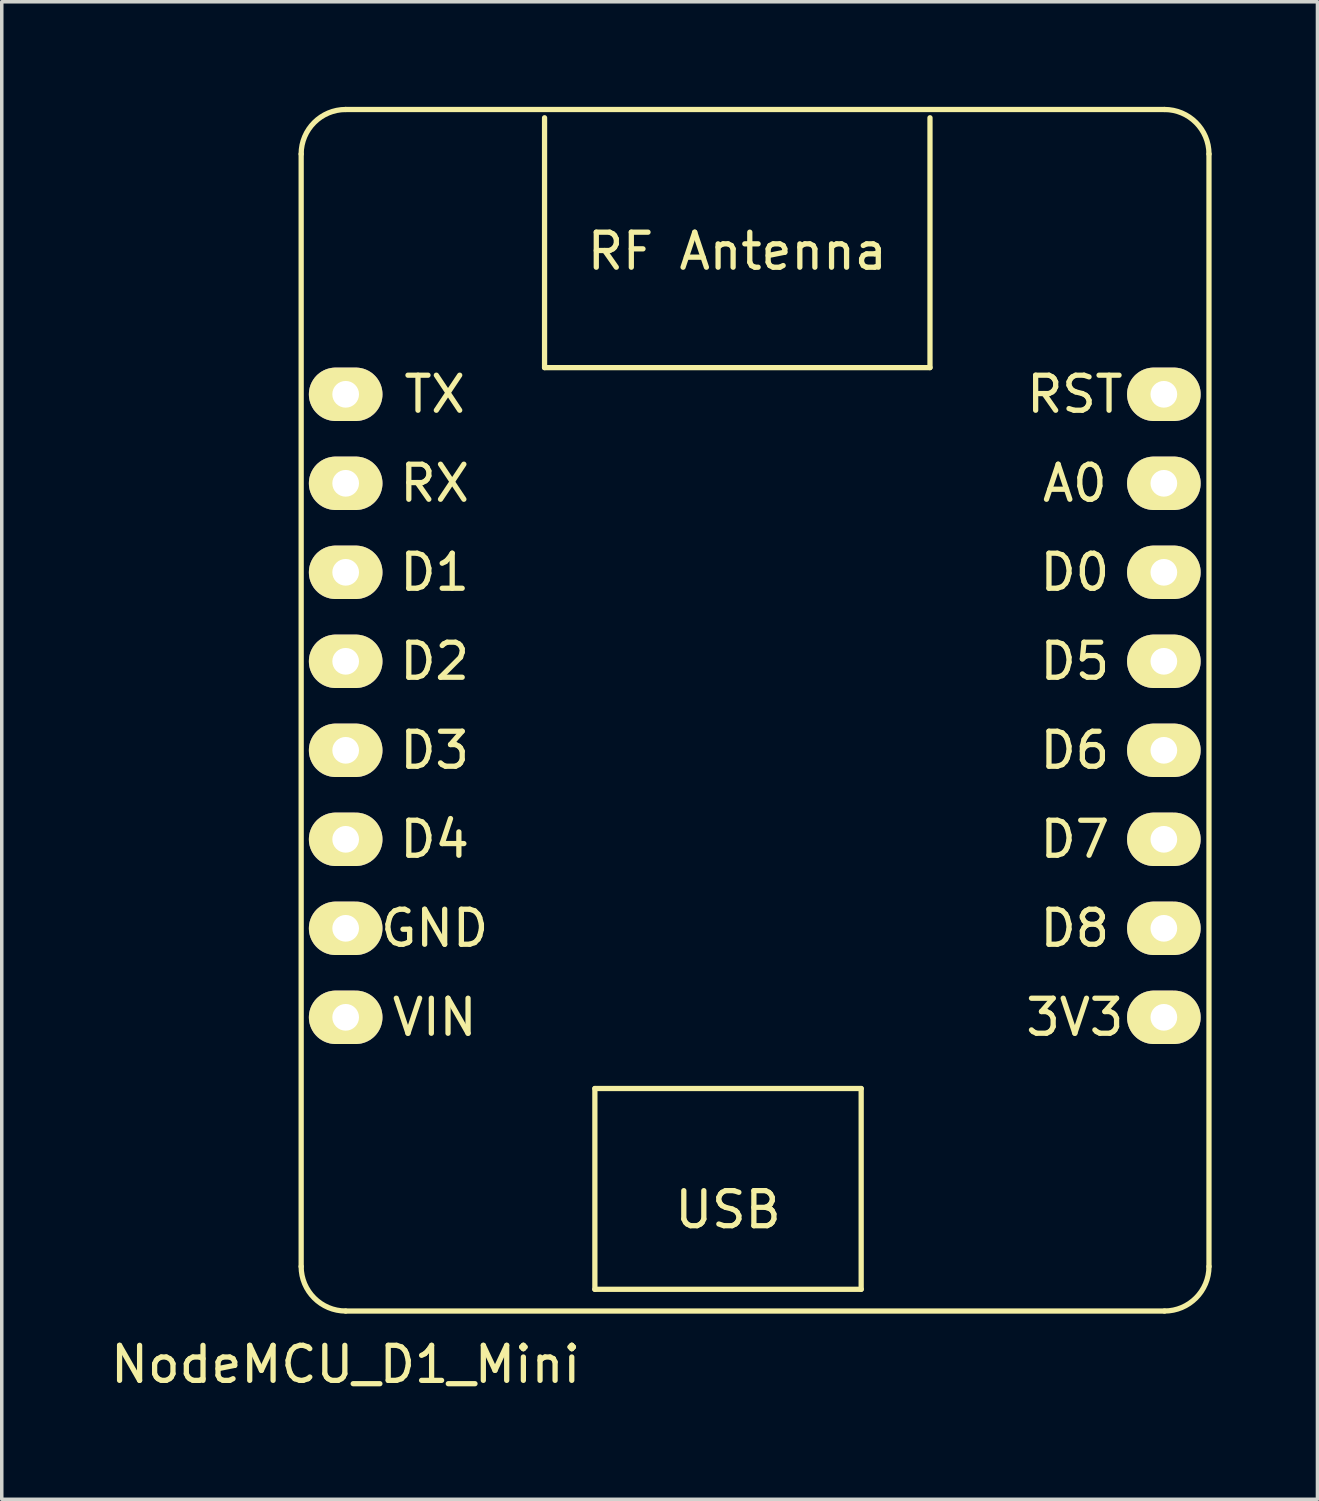
<source format=kicad_pcb>
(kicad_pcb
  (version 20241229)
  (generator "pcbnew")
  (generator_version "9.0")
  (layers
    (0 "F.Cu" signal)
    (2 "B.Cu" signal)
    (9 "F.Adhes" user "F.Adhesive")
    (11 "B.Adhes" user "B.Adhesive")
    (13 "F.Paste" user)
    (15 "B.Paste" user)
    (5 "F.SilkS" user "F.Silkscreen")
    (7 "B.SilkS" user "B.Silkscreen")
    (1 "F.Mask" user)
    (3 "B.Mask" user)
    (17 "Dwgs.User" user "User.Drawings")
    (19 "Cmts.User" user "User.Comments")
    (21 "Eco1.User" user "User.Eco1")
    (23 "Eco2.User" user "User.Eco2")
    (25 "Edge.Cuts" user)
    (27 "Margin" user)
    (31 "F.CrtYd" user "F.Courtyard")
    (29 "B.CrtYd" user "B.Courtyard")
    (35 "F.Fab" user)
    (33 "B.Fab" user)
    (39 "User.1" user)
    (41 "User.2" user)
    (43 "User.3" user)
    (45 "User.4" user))
  (footprint "NodeMCU_D1_Mini"
    (layer "F.Cu")
    (at 6.815 8.203)
    (property "Reference" "NodeMCU_D1_Mini" (at 0 27.686 0) (layer "F.SilkS") (effects (font (size 1 1) (thickness 0.15))))
    (attr through_hole)
    (fp_line (start -1.27 -6.858) (end -1.27 24.892) (stroke (width 0.15) (type solid)) (layer "F.SilkS"))
    (fp_line (start 5.676 -0.762) (end 5.676 -7.892) (stroke (width 0.15) (type solid)) (layer "F.SilkS"))
    (fp_line (start 7.112 19.812) (end 14.712 19.812) (stroke (width 0.15) (type solid)) (layer "F.SilkS"))
    (fp_line (start 7.112 25.542) (end 7.112 19.812) (stroke (width 0.15) (type solid)) (layer "F.SilkS"))
    (fp_line (start 14.712 19.812) (end 14.712 25.542) (stroke (width 0.15) (type solid)) (layer "F.SilkS"))
    (fp_line (start 14.712 25.542) (end 7.112 25.542) (stroke (width 0.15) (type solid)) (layer "F.SilkS"))
    (fp_line (start 16.676 -7.892) (end 16.676 -0.762) (stroke (width 0.15) (type solid)) (layer "F.SilkS"))
    (fp_line (start 16.676 -0.762) (end 5.676 -0.762) (stroke (width 0.15) (type solid)) (layer "F.SilkS"))
    (fp_line (start 23.368 -8.128) (end 0 -8.128) (stroke (width 0.15) (type solid)) (layer "F.SilkS"))
    (fp_line (start 23.368 26.162) (end 0 26.162) (stroke (width 0.15) (type solid)) (layer "F.SilkS"))
    (fp_line (start 24.638 -6.858) (end 24.638 24.892) (stroke (width 0.15) (type solid)) (layer "F.SilkS"))
    (fp_arc (start -1.269999 -6.857999) (mid -0.898025 -7.756025) (end 0.000001 -8.127999) (stroke (width 0.15) (type solid)) (layer "F.SilkS"))
    (fp_arc (start 0 26.161999) (mid -0.898026 25.790025) (end -1.27 24.891999) (stroke (width 0.15) (type solid)) (layer "F.SilkS"))
    (fp_arc (start 23.368 -8.128) (mid 24.266026 -7.756026) (end 24.638 -6.858) (stroke (width 0.15) (type solid)) (layer "F.SilkS"))
    (fp_arc (start 24.638 24.892) (mid 24.266026 25.790026) (end 23.368 26.162) (stroke (width 0.15) (type solid)) (layer "F.SilkS"))
    (fp_rect (start -1.316 -8.128) (end 24.684 26.122) (stroke (width 0.1) (type default)) (fill no) (layer "Margin"))
    (fp_text user "3V3" (at 20.81 17.78 0) (layer "F.SilkS") (effects (font (size 1 1) (thickness 0.15))))
    (fp_text user "D3" (at 2.54 10.16 0) (layer "F.SilkS") (effects (font (size 1 1) (thickness 0.15))))
    (fp_text user "RF Antenna" (at 11.176 -4.082 0) (layer "F.SilkS") (effects (font (size 1 1) (thickness 0.15))))
    (fp_text user "D5" (at 20.81 7.62 0) (layer "F.SilkS") (effects (font (size 1 1) (thickness 0.15))))
    (fp_text user "VIN" (at 2.54 17.78 0) (layer "F.SilkS") (effects (font (size 1 1) (thickness 0.15))))
    (fp_text user "RST" (at 20.81 0 0) (layer "F.SilkS") (effects (font (size 1 1) (thickness 0.15))))
    (fp_text user "D0" (at 20.81 5.08 0) (layer "F.SilkS") (effects (font (size 1 1) (thickness 0.15))))
    (fp_text user "D7" (at 20.81 12.7 0) (layer "F.SilkS") (effects (font (size 1 1) (thickness 0.15))))
    (fp_text user "D4" (at 2.54 12.7 0) (layer "F.SilkS") (effects (font (size 1 1) (thickness 0.15))))
    (fp_text user "A0" (at 20.81 2.54 0) (layer "F.SilkS") (effects (font (size 1 1) (thickness 0.15))))
    (fp_text user "USB" (at 10.912 23.272 0) (layer "F.SilkS") (effects (font (size 1 1) (thickness 0.15))))
    (fp_text user "D8" (at 20.81 15.24 0) (layer "F.SilkS") (effects (font (size 1 1) (thickness 0.15))))
    (fp_text user "GND" (at 2.54 15.24 0) (layer "F.SilkS") (effects (font (size 1 1) (thickness 0.15))))
    (fp_text user "D2" (at 2.54 7.62 0) (layer "F.SilkS") (effects (font (size 1 1) (thickness 0.15))))
    (fp_text user "RX" (at 2.54 2.54 0) (layer "F.SilkS") (effects (font (size 1 1) (thickness 0.15))))
    (fp_text user "D1" (at 2.54 5.08 0) (layer "F.SilkS") (effects (font (size 1 1) (thickness 0.15))))
    (fp_text user "TX" (at 2.54 0 0) (layer "F.SilkS") (effects (font (size 1 1) (thickness 0.15))))
    (fp_text user "D6" (at 20.81 10.16 0) (layer "F.SilkS") (effects (font (size 1 1) (thickness 0.15))))
    (pad "2" thru_hole oval (at 0 15.24) (size 2.1 1.524) (drill 0.762) (layers "*.Cu" "*.Mask" "F.SilkS"))
    (pad "3" thru_hole oval (at 0 0) (size 2.1 1.524) (drill 0.762) (layers "*.Cu" "*.Mask" "F.SilkS"))
    (pad "4" thru_hole oval (at 0 2.54) (size 2.1 1.524) (drill 0.762) (layers "*.Cu" "*.Mask" "F.SilkS"))
    (pad "5" thru_hole oval (at 23.35 15.24) (size 2.1 1.524) (drill 0.762) (layers "*.Cu" "*.Mask" "F.SilkS"))
    (pad "6" thru_hole oval (at 23.35 12.7) (size 2.1 1.524) (drill 0.762) (layers "*.Cu" "*.Mask" "F.SilkS"))
    (pad "7" thru_hole oval (at 23.35 10.16) (size 2.1 1.524) (drill 0.762) (layers "*.Cu" "*.Mask" "F.SilkS"))
    (pad "8" thru_hole oval (at 23.35 7.62) (size 2.1 1.524) (drill 0.762) (layers "*.Cu" "*.Mask" "F.SilkS"))
    (pad "11" thru_hole oval (at 0 12.7) (size 2.1 1.524) (drill 0.762) (layers "*.Cu" "*.Mask" "F.SilkS"))
    (pad "12" thru_hole oval (at 0 10.16) (size 2.1 1.524) (drill 0.762) (layers "*.Cu" "*.Mask" "F.SilkS"))
    (pad "13" thru_hole oval (at 0 7.62) (size 2.1 1.524) (drill 0.762) (layers "*.Cu" "*.Mask" "F.SilkS"))
    (pad "14" thru_hole oval (at 0 5.08) (size 2.1 1.524) (drill 0.762) (layers "*.Cu" "*.Mask" "F.SilkS"))
    (pad "15" thru_hole oval (at 23.35 5.08) (size 2.1 1.524) (drill 0.762) (layers "*.Cu" "*.Mask" "F.SilkS"))
    (pad "16" thru_hole oval (at 23.35 2.54) (size 2.1 1.524) (drill 0.762) (layers "*.Cu" "*.Mask" "F.SilkS"))
    (pad "26" thru_hole oval (at 23.35 17.78) (size 2.1 1.524) (drill 0.762) (layers "*.Cu" "*.Mask" "F.SilkS"))
    (pad "28" thru_hole oval (at 23.35 0) (size 2.1 1.524) (drill 0.762) (layers "*.Cu" "*.Mask" "F.SilkS"))
    (pad "30" thru_hole oval (at 0 17.78) (size 2.1 1.524) (drill 0.762) (layers "*.Cu" "*.Mask" "F.SilkS")))
  (gr_rect
    (start -3 -3)
    (end 34.549 39.737)
    (stroke (width 0.1) (type default))
    (fill no)
    (layer "Edge.Cuts")))
</source>
